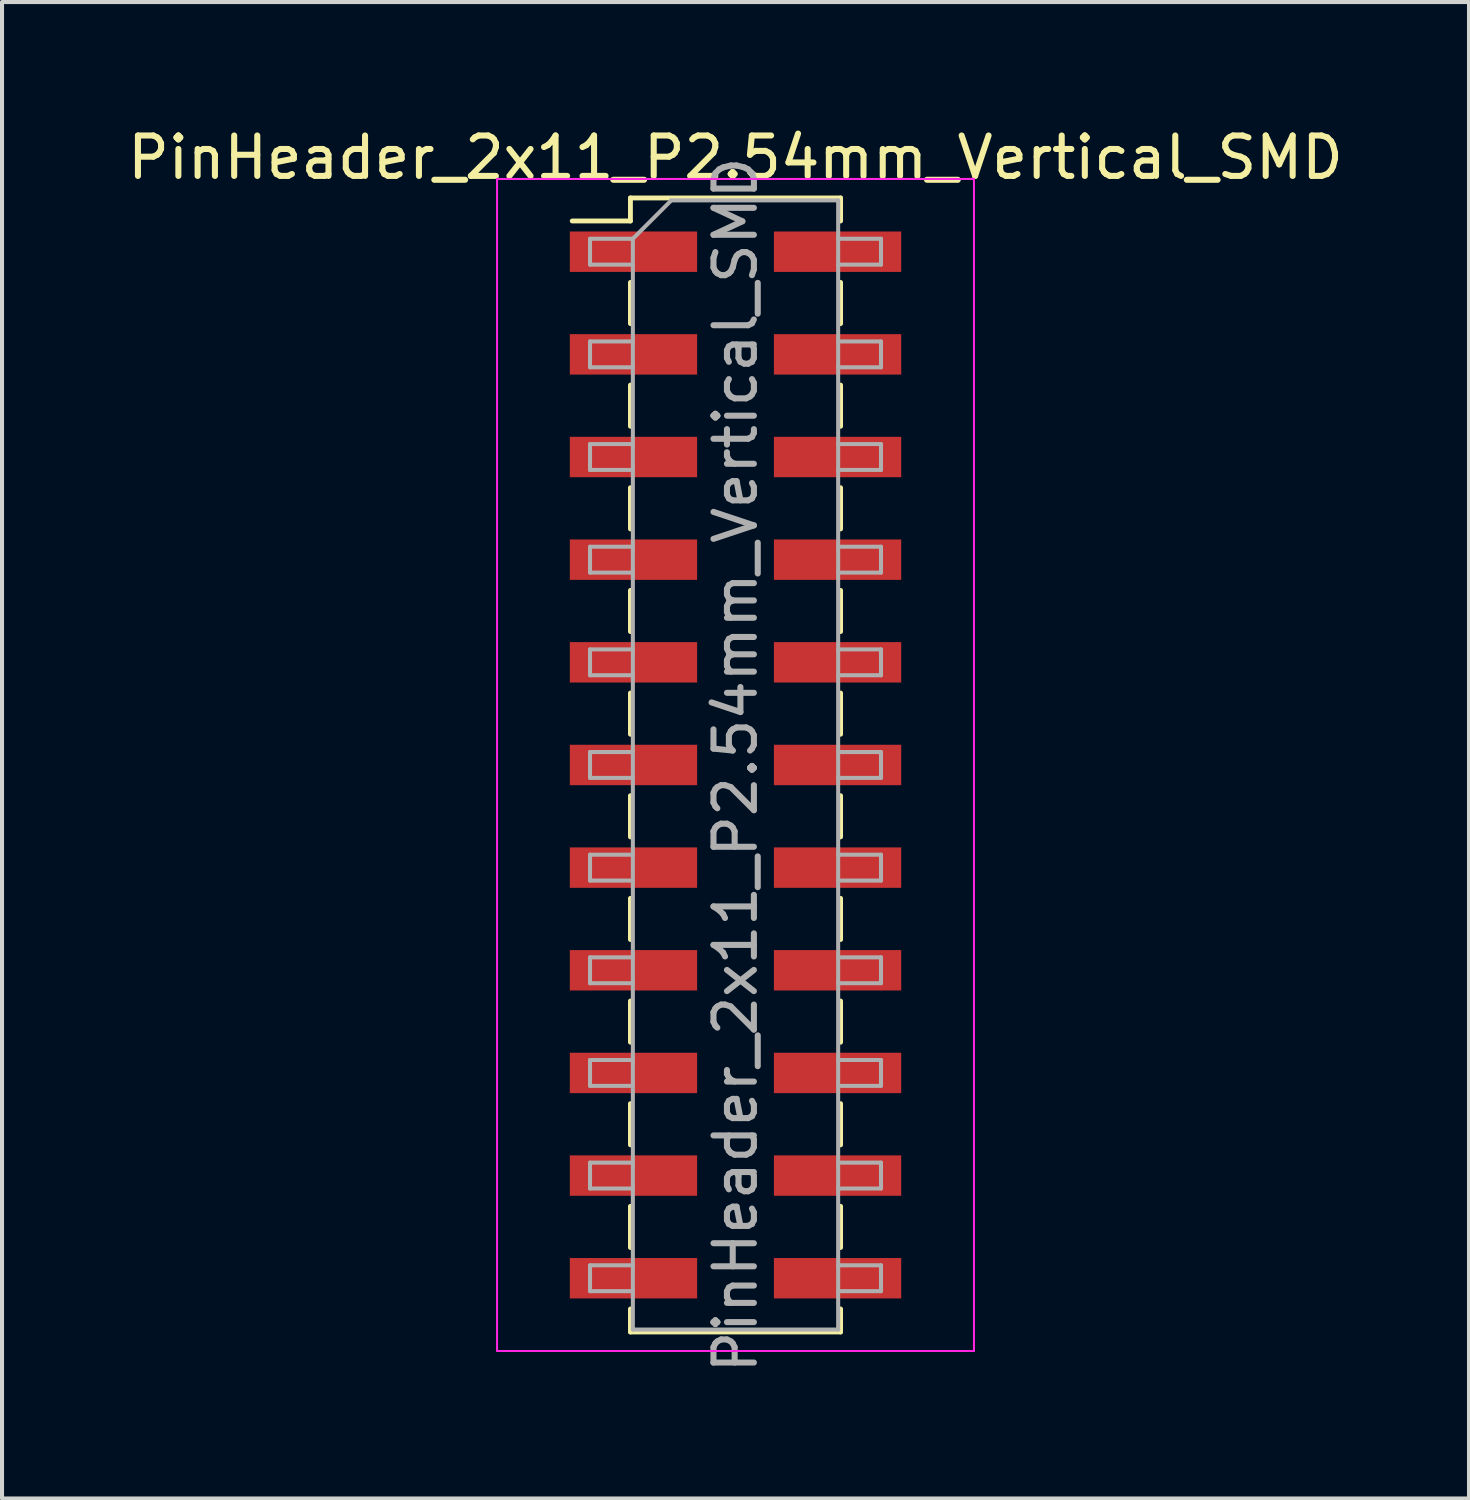
<source format=kicad_pcb>
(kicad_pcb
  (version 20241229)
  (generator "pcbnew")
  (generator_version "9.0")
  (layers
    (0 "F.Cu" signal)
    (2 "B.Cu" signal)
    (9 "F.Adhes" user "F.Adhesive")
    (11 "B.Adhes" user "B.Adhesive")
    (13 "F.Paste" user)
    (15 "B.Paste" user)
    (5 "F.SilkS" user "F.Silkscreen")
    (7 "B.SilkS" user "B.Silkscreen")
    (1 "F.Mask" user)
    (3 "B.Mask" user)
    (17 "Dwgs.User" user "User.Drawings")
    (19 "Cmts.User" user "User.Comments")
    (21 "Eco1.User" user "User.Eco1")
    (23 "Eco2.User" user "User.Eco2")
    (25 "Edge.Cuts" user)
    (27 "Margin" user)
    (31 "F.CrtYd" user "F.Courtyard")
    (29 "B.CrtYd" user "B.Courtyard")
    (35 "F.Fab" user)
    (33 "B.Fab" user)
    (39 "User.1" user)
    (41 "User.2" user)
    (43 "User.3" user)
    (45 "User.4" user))
  (footprint "PinHeader_2x11_P2.54mm_Vertical_SMD"
    (layer "F.Cu")
    (at 15.149 15.878)
    (property "Reference" "PinHeader_2x11_P2.54mm_Vertical_SMD" (at 0 -15.03 0) (layer "F.SilkS") (effects (font (size 1 1) (thickness 0.15))))
    (attr smd)
    (fp_line (start -4.04 -13.46) (end -2.6 -13.46) (stroke (width 0.12) (type solid)) (layer "F.SilkS"))
    (fp_line (start -2.6 -14.03) (end -2.6 -13.46) (stroke (width 0.12) (type solid)) (layer "F.SilkS"))
    (fp_line (start -2.6 -14.03) (end 2.6 -14.03) (stroke (width 0.12) (type solid)) (layer "F.SilkS"))
    (fp_line (start -2.6 -11.94) (end -2.6 -10.92) (stroke (width 0.12) (type solid)) (layer "F.SilkS"))
    (fp_line (start -2.6 -9.4) (end -2.6 -8.38) (stroke (width 0.12) (type solid)) (layer "F.SilkS"))
    (fp_line (start -2.6 -6.86) (end -2.6 -5.84) (stroke (width 0.12) (type solid)) (layer "F.SilkS"))
    (fp_line (start -2.6 -4.32) (end -2.6 -3.3) (stroke (width 0.12) (type solid)) (layer "F.SilkS"))
    (fp_line (start -2.6 -1.78) (end -2.6 -0.76) (stroke (width 0.12) (type solid)) (layer "F.SilkS"))
    (fp_line (start -2.6 0.76) (end -2.6 1.78) (stroke (width 0.12) (type solid)) (layer "F.SilkS"))
    (fp_line (start -2.6 3.3) (end -2.6 4.32) (stroke (width 0.12) (type solid)) (layer "F.SilkS"))
    (fp_line (start -2.6 5.84) (end -2.6 6.86) (stroke (width 0.12) (type solid)) (layer "F.SilkS"))
    (fp_line (start -2.6 8.38) (end -2.6 9.4) (stroke (width 0.12) (type solid)) (layer "F.SilkS"))
    (fp_line (start -2.6 10.92) (end -2.6 11.94) (stroke (width 0.12) (type solid)) (layer "F.SilkS"))
    (fp_line (start -2.6 13.46) (end -2.6 14.03) (stroke (width 0.12) (type solid)) (layer "F.SilkS"))
    (fp_line (start -2.6 14.03) (end 2.6 14.03) (stroke (width 0.12) (type solid)) (layer "F.SilkS"))
    (fp_line (start 2.6 -14.03) (end 2.6 -13.46) (stroke (width 0.12) (type solid)) (layer "F.SilkS"))
    (fp_line (start 2.6 -11.94) (end 2.6 -10.92) (stroke (width 0.12) (type solid)) (layer "F.SilkS"))
    (fp_line (start 2.6 -9.4) (end 2.6 -8.38) (stroke (width 0.12) (type solid)) (layer "F.SilkS"))
    (fp_line (start 2.6 -6.86) (end 2.6 -5.84) (stroke (width 0.12) (type solid)) (layer "F.SilkS"))
    (fp_line (start 2.6 -4.32) (end 2.6 -3.3) (stroke (width 0.12) (type solid)) (layer "F.SilkS"))
    (fp_line (start 2.6 -1.78) (end 2.6 -0.76) (stroke (width 0.12) (type solid)) (layer "F.SilkS"))
    (fp_line (start 2.6 0.76) (end 2.6 1.78) (stroke (width 0.12) (type solid)) (layer "F.SilkS"))
    (fp_line (start 2.6 3.3) (end 2.6 4.32) (stroke (width 0.12) (type solid)) (layer "F.SilkS"))
    (fp_line (start 2.6 5.84) (end 2.6 6.86) (stroke (width 0.12) (type solid)) (layer "F.SilkS"))
    (fp_line (start 2.6 8.38) (end 2.6 9.4) (stroke (width 0.12) (type solid)) (layer "F.SilkS"))
    (fp_line (start 2.6 10.92) (end 2.6 11.94) (stroke (width 0.12) (type solid)) (layer "F.SilkS"))
    (fp_line (start 2.6 13.46) (end 2.6 14.03) (stroke (width 0.12) (type solid)) (layer "F.SilkS"))
    (fp_line (start -5.9 -14.5) (end -5.9 14.5) (stroke (width 0.05) (type solid)) (layer "F.CrtYd"))
    (fp_line (start -5.9 14.5) (end 5.9 14.5) (stroke (width 0.05) (type solid)) (layer "F.CrtYd"))
    (fp_line (start 5.9 -14.5) (end -5.9 -14.5) (stroke (width 0.05) (type solid)) (layer "F.CrtYd"))
    (fp_line (start 5.9 14.5) (end 5.9 -14.5) (stroke (width 0.05) (type solid)) (layer "F.CrtYd"))
    (fp_line (start -3.6 -13.02) (end -3.6 -12.38) (stroke (width 0.1) (type solid)) (layer "F.Fab"))
    (fp_line (start -3.6 -12.38) (end -2.54 -12.38) (stroke (width 0.1) (type solid)) (layer "F.Fab"))
    (fp_line (start -3.6 -10.48) (end -3.6 -9.84) (stroke (width 0.1) (type solid)) (layer "F.Fab"))
    (fp_line (start -3.6 -9.84) (end -2.54 -9.84) (stroke (width 0.1) (type solid)) (layer "F.Fab"))
    (fp_line (start -3.6 -7.94) (end -3.6 -7.3) (stroke (width 0.1) (type solid)) (layer "F.Fab"))
    (fp_line (start -3.6 -7.3) (end -2.54 -7.3) (stroke (width 0.1) (type solid)) (layer "F.Fab"))
    (fp_line (start -3.6 -5.4) (end -3.6 -4.76) (stroke (width 0.1) (type solid)) (layer "F.Fab"))
    (fp_line (start -3.6 -4.76) (end -2.54 -4.76) (stroke (width 0.1) (type solid)) (layer "F.Fab"))
    (fp_line (start -3.6 -2.86) (end -3.6 -2.22) (stroke (width 0.1) (type solid)) (layer "F.Fab"))
    (fp_line (start -3.6 -2.22) (end -2.54 -2.22) (stroke (width 0.1) (type solid)) (layer "F.Fab"))
    (fp_line (start -3.6 -0.32) (end -3.6 0.32) (stroke (width 0.1) (type solid)) (layer "F.Fab"))
    (fp_line (start -3.6 0.32) (end -2.54 0.32) (stroke (width 0.1) (type solid)) (layer "F.Fab"))
    (fp_line (start -3.6 2.22) (end -3.6 2.86) (stroke (width 0.1) (type solid)) (layer "F.Fab"))
    (fp_line (start -3.6 2.86) (end -2.54 2.86) (stroke (width 0.1) (type solid)) (layer "F.Fab"))
    (fp_line (start -3.6 4.76) (end -3.6 5.4) (stroke (width 0.1) (type solid)) (layer "F.Fab"))
    (fp_line (start -3.6 5.4) (end -2.54 5.4) (stroke (width 0.1) (type solid)) (layer "F.Fab"))
    (fp_line (start -3.6 7.3) (end -3.6 7.94) (stroke (width 0.1) (type solid)) (layer "F.Fab"))
    (fp_line (start -3.6 7.94) (end -2.54 7.94) (stroke (width 0.1) (type solid)) (layer "F.Fab"))
    (fp_line (start -3.6 9.84) (end -3.6 10.48) (stroke (width 0.1) (type solid)) (layer "F.Fab"))
    (fp_line (start -3.6 10.48) (end -2.54 10.48) (stroke (width 0.1) (type solid)) (layer "F.Fab"))
    (fp_line (start -3.6 12.38) (end -3.6 13.02) (stroke (width 0.1) (type solid)) (layer "F.Fab"))
    (fp_line (start -3.6 13.02) (end -2.54 13.02) (stroke (width 0.1) (type solid)) (layer "F.Fab"))
    (fp_line (start -2.54 -13.02) (end -3.6 -13.02) (stroke (width 0.1) (type solid)) (layer "F.Fab"))
    (fp_line (start -2.54 -13.02) (end -1.59 -13.97) (stroke (width 0.1) (type solid)) (layer "F.Fab"))
    (fp_line (start -2.54 -10.48) (end -3.6 -10.48) (stroke (width 0.1) (type solid)) (layer "F.Fab"))
    (fp_line (start -2.54 -7.94) (end -3.6 -7.94) (stroke (width 0.1) (type solid)) (layer "F.Fab"))
    (fp_line (start -2.54 -5.4) (end -3.6 -5.4) (stroke (width 0.1) (type solid)) (layer "F.Fab"))
    (fp_line (start -2.54 -2.86) (end -3.6 -2.86) (stroke (width 0.1) (type solid)) (layer "F.Fab"))
    (fp_line (start -2.54 -0.32) (end -3.6 -0.32) (stroke (width 0.1) (type solid)) (layer "F.Fab"))
    (fp_line (start -2.54 2.22) (end -3.6 2.22) (stroke (width 0.1) (type solid)) (layer "F.Fab"))
    (fp_line (start -2.54 4.76) (end -3.6 4.76) (stroke (width 0.1) (type solid)) (layer "F.Fab"))
    (fp_line (start -2.54 7.3) (end -3.6 7.3) (stroke (width 0.1) (type solid)) (layer "F.Fab"))
    (fp_line (start -2.54 9.84) (end -3.6 9.84) (stroke (width 0.1) (type solid)) (layer "F.Fab"))
    (fp_line (start -2.54 12.38) (end -3.6 12.38) (stroke (width 0.1) (type solid)) (layer "F.Fab"))
    (fp_line (start -2.54 13.97) (end -2.54 -13.02) (stroke (width 0.1) (type solid)) (layer "F.Fab"))
    (fp_line (start -1.59 -13.97) (end 2.54 -13.97) (stroke (width 0.1) (type solid)) (layer "F.Fab"))
    (fp_line (start 2.54 -13.97) (end 2.54 13.97) (stroke (width 0.1) (type solid)) (layer "F.Fab"))
    (fp_line (start 2.54 -13.02) (end 3.6 -13.02) (stroke (width 0.1) (type solid)) (layer "F.Fab"))
    (fp_line (start 2.54 -10.48) (end 3.6 -10.48) (stroke (width 0.1) (type solid)) (layer "F.Fab"))
    (fp_line (start 2.54 -7.94) (end 3.6 -7.94) (stroke (width 0.1) (type solid)) (layer "F.Fab"))
    (fp_line (start 2.54 -5.4) (end 3.6 -5.4) (stroke (width 0.1) (type solid)) (layer "F.Fab"))
    (fp_line (start 2.54 -2.86) (end 3.6 -2.86) (stroke (width 0.1) (type solid)) (layer "F.Fab"))
    (fp_line (start 2.54 -0.32) (end 3.6 -0.32) (stroke (width 0.1) (type solid)) (layer "F.Fab"))
    (fp_line (start 2.54 2.22) (end 3.6 2.22) (stroke (width 0.1) (type solid)) (layer "F.Fab"))
    (fp_line (start 2.54 4.76) (end 3.6 4.76) (stroke (width 0.1) (type solid)) (layer "F.Fab"))
    (fp_line (start 2.54 7.3) (end 3.6 7.3) (stroke (width 0.1) (type solid)) (layer "F.Fab"))
    (fp_line (start 2.54 9.84) (end 3.6 9.84) (stroke (width 0.1) (type solid)) (layer "F.Fab"))
    (fp_line (start 2.54 12.38) (end 3.6 12.38) (stroke (width 0.1) (type solid)) (layer "F.Fab"))
    (fp_line (start 2.54 13.97) (end -2.54 13.97) (stroke (width 0.1) (type solid)) (layer "F.Fab"))
    (fp_line (start 3.6 -13.02) (end 3.6 -12.38) (stroke (width 0.1) (type solid)) (layer "F.Fab"))
    (fp_line (start 3.6 -12.38) (end 2.54 -12.38) (stroke (width 0.1) (type solid)) (layer "F.Fab"))
    (fp_line (start 3.6 -10.48) (end 3.6 -9.84) (stroke (width 0.1) (type solid)) (layer "F.Fab"))
    (fp_line (start 3.6 -9.84) (end 2.54 -9.84) (stroke (width 0.1) (type solid)) (layer "F.Fab"))
    (fp_line (start 3.6 -7.94) (end 3.6 -7.3) (stroke (width 0.1) (type solid)) (layer "F.Fab"))
    (fp_line (start 3.6 -7.3) (end 2.54 -7.3) (stroke (width 0.1) (type solid)) (layer "F.Fab"))
    (fp_line (start 3.6 -5.4) (end 3.6 -4.76) (stroke (width 0.1) (type solid)) (layer "F.Fab"))
    (fp_line (start 3.6 -4.76) (end 2.54 -4.76) (stroke (width 0.1) (type solid)) (layer "F.Fab"))
    (fp_line (start 3.6 -2.86) (end 3.6 -2.22) (stroke (width 0.1) (type solid)) (layer "F.Fab"))
    (fp_line (start 3.6 -2.22) (end 2.54 -2.22) (stroke (width 0.1) (type solid)) (layer "F.Fab"))
    (fp_line (start 3.6 -0.32) (end 3.6 0.32) (stroke (width 0.1) (type solid)) (layer "F.Fab"))
    (fp_line (start 3.6 0.32) (end 2.54 0.32) (stroke (width 0.1) (type solid)) (layer "F.Fab"))
    (fp_line (start 3.6 2.22) (end 3.6 2.86) (stroke (width 0.1) (type solid)) (layer "F.Fab"))
    (fp_line (start 3.6 2.86) (end 2.54 2.86) (stroke (width 0.1) (type solid)) (layer "F.Fab"))
    (fp_line (start 3.6 4.76) (end 3.6 5.4) (stroke (width 0.1) (type solid)) (layer "F.Fab"))
    (fp_line (start 3.6 5.4) (end 2.54 5.4) (stroke (width 0.1) (type solid)) (layer "F.Fab"))
    (fp_line (start 3.6 7.3) (end 3.6 7.94) (stroke (width 0.1) (type solid)) (layer "F.Fab"))
    (fp_line (start 3.6 7.94) (end 2.54 7.94) (stroke (width 0.1) (type solid)) (layer "F.Fab"))
    (fp_line (start 3.6 9.84) (end 3.6 10.48) (stroke (width 0.1) (type solid)) (layer "F.Fab"))
    (fp_line (start 3.6 10.48) (end 2.54 10.48) (stroke (width 0.1) (type solid)) (layer "F.Fab"))
    (fp_line (start 3.6 12.38) (end 3.6 13.02) (stroke (width 0.1) (type solid)) (layer "F.Fab"))
    (fp_line (start 3.6 13.02) (end 2.54 13.02) (stroke (width 0.1) (type solid)) (layer "F.Fab"))
    (fp_text user "${REFERENCE}" (at 0 0 90) (layer "F.Fab") (effects (font (size 1 1) (thickness 0.15))))
    (pad "1" smd rect (at -2.525 -12.7) (size 3.15 1) (layers "F.Cu" "F.Mask" "F.Paste"))
    (pad "2" smd rect (at 2.525 -12.7) (size 3.15 1) (layers "F.Cu" "F.Mask" "F.Paste"))
    (pad "3" smd rect (at -2.525 -10.16) (size 3.15 1) (layers "F.Cu" "F.Mask" "F.Paste"))
    (pad "4" smd rect (at 2.525 -10.16) (size 3.15 1) (layers "F.Cu" "F.Mask" "F.Paste"))
    (pad "5" smd rect (at -2.525 -7.62) (size 3.15 1) (layers "F.Cu" "F.Mask" "F.Paste"))
    (pad "6" smd rect (at 2.525 -7.62) (size 3.15 1) (layers "F.Cu" "F.Mask" "F.Paste"))
    (pad "7" smd rect (at -2.525 -5.08) (size 3.15 1) (layers "F.Cu" "F.Mask" "F.Paste"))
    (pad "8" smd rect (at 2.525 -5.08) (size 3.15 1) (layers "F.Cu" "F.Mask" "F.Paste"))
    (pad "9" smd rect (at -2.525 -2.54) (size 3.15 1) (layers "F.Cu" "F.Mask" "F.Paste"))
    (pad "10" smd rect (at 2.525 -2.54) (size 3.15 1) (layers "F.Cu" "F.Mask" "F.Paste"))
    (pad "11" smd rect (at -2.525 0) (size 3.15 1) (layers "F.Cu" "F.Mask" "F.Paste"))
    (pad "12" smd rect (at 2.525 0) (size 3.15 1) (layers "F.Cu" "F.Mask" "F.Paste"))
    (pad "13" smd rect (at -2.525 2.54) (size 3.15 1) (layers "F.Cu" "F.Mask" "F.Paste"))
    (pad "14" smd rect (at 2.525 2.54) (size 3.15 1) (layers "F.Cu" "F.Mask" "F.Paste"))
    (pad "15" smd rect (at -2.525 5.08) (size 3.15 1) (layers "F.Cu" "F.Mask" "F.Paste"))
    (pad "16" smd rect (at 2.525 5.08) (size 3.15 1) (layers "F.Cu" "F.Mask" "F.Paste"))
    (pad "17" smd rect (at -2.525 7.62) (size 3.15 1) (layers "F.Cu" "F.Mask" "F.Paste"))
    (pad "18" smd rect (at 2.525 7.62) (size 3.15 1) (layers "F.Cu" "F.Mask" "F.Paste"))
    (pad "19" smd rect (at -2.525 10.16) (size 3.15 1) (layers "F.Cu" "F.Mask" "F.Paste"))
    (pad "20" smd rect (at 2.525 10.16) (size 3.15 1) (layers "F.Cu" "F.Mask" "F.Paste"))
    (pad "21" smd rect (at -2.525 12.7) (size 3.15 1) (layers "F.Cu" "F.Mask" "F.Paste"))
    (pad "22" smd rect (at 2.525 12.7) (size 3.15 1) (layers "F.Cu" "F.Mask" "F.Paste")))
  (gr_rect
    (start -3 -3)
    (end 33.298 34.027)
    (stroke (width 0.1) (type default))
    (fill no)
    (layer "Edge.Cuts")))
</source>
